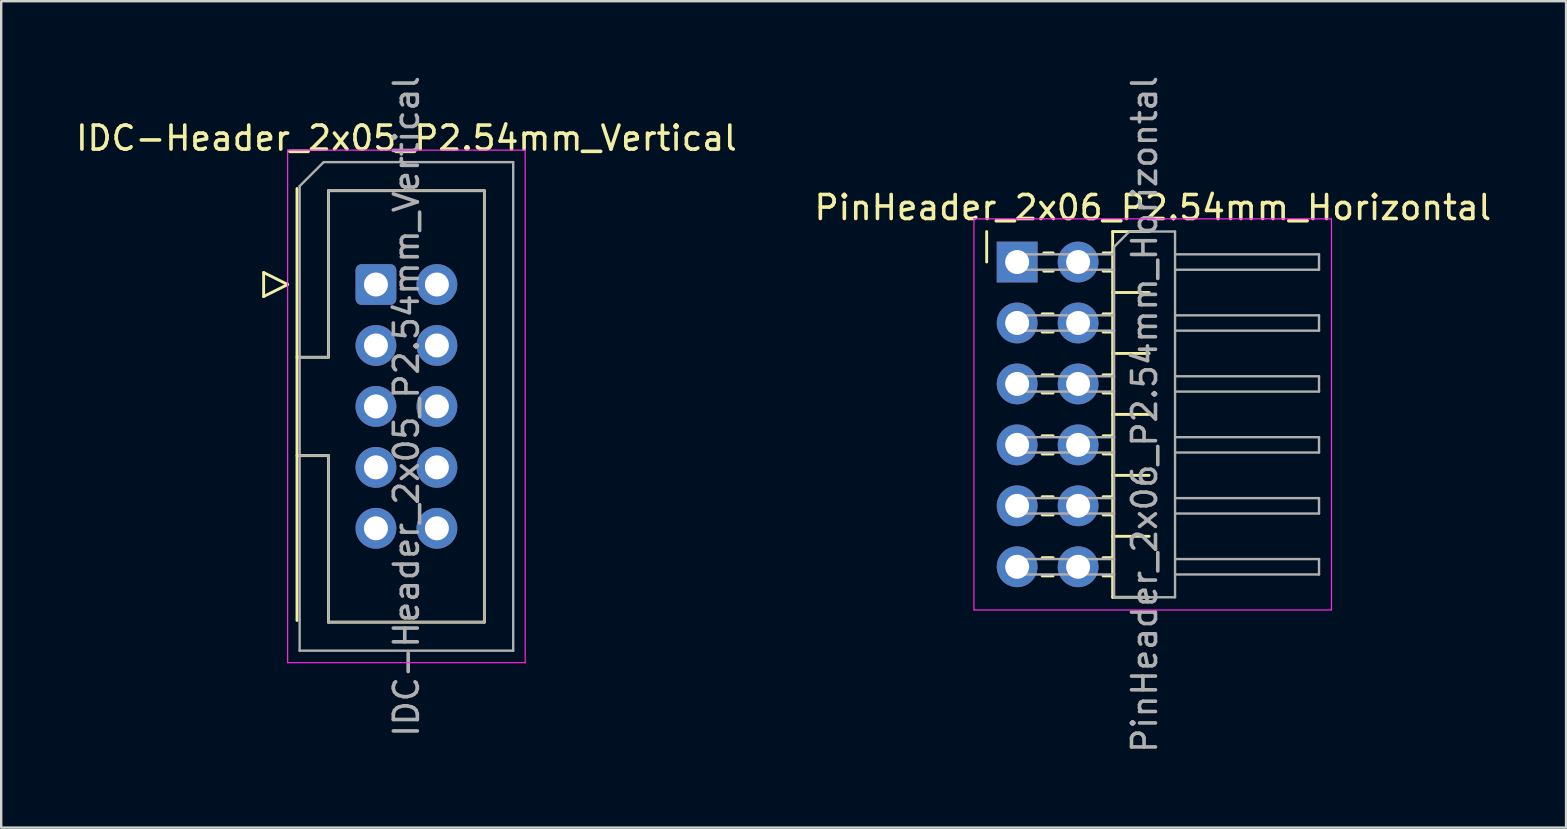
<source format=kicad_pcb>
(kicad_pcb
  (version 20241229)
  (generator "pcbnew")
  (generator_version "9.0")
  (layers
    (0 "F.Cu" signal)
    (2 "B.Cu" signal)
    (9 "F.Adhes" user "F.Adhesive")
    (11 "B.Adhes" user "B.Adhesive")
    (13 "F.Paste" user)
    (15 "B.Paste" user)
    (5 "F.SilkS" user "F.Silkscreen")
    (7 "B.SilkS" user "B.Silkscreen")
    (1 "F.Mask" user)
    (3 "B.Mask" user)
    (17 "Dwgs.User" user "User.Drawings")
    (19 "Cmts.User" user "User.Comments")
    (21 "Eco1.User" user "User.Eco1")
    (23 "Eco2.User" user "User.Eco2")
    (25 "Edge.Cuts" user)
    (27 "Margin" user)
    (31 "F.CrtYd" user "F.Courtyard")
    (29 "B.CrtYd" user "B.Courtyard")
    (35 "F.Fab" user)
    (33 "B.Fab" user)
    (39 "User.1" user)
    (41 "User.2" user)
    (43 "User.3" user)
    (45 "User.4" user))
  (footprint "IDC-Header_2x05_P2.54mm_Vertical"
    (layer "F.Cu")
    (at 12.617 8.807)
    (property "Reference" "IDC-Header_2x05_P2.54mm_Vertical" (at 1.27 -6.1 0) (layer "F.SilkS") (effects (font (size 1 1) (thickness 0.15))))
    (attr through_hole)
    (fp_line (start -4.68 -0.5) (end -4.68 0.5) (stroke (width 0.12) (type solid)) (layer "F.SilkS"))
    (fp_line (start -4.68 0.5) (end -3.68 0) (stroke (width 0.12) (type solid)) (layer "F.SilkS"))
    (fp_line (start -3.68 0) (end -4.68 -0.5) (stroke (width 0.12) (type solid)) (layer "F.SilkS"))
    (fp_line (start -3.29 3.03) (end -1.98 3.03) (stroke (width 0.12) (type solid)) (layer "F.SilkS"))
    (fp_line (start -3.29 14) (end -3.29 -4) (stroke (width 0.12) (type solid)) (layer "F.SilkS"))
    (fp_line (start -1.98 -3.91) (end 4.52 -3.91) (stroke (width 0.12) (type solid)) (layer "F.SilkS"))
    (fp_line (start -1.98 3.03) (end -1.98 -3.91) (stroke (width 0.12) (type solid)) (layer "F.SilkS"))
    (fp_line (start -1.98 7.13) (end -3.29 7.13) (stroke (width 0.12) (type solid)) (layer "F.SilkS"))
    (fp_line (start -1.98 7.13) (end -1.98 7.13) (stroke (width 0.12) (type solid)) (layer "F.SilkS"))
    (fp_line (start -1.98 14.07) (end -1.98 7.13) (stroke (width 0.12) (type solid)) (layer "F.SilkS"))
    (fp_line (start 4.52 -3.91) (end 4.52 14.07) (stroke (width 0.12) (type solid)) (layer "F.SilkS"))
    (fp_line (start 4.52 14.07) (end -1.98 14.07) (stroke (width 0.12) (type solid)) (layer "F.SilkS"))
    (fp_line (start -3.68 -5.6) (end -3.68 15.76) (stroke (width 0.05) (type solid)) (layer "F.CrtYd"))
    (fp_line (start -3.68 15.76) (end 6.22 15.76) (stroke (width 0.05) (type solid)) (layer "F.CrtYd"))
    (fp_line (start 6.22 -5.6) (end -3.68 -5.6) (stroke (width 0.05) (type solid)) (layer "F.CrtYd"))
    (fp_line (start 6.22 15.76) (end 6.22 -5.6) (stroke (width 0.05) (type solid)) (layer "F.CrtYd"))
    (fp_line (start -3.18 -4.1) (end -2.18 -5.1) (stroke (width 0.1) (type solid)) (layer "F.Fab"))
    (fp_line (start -3.18 3.03) (end -1.98 3.03) (stroke (width 0.1) (type solid)) (layer "F.Fab"))
    (fp_line (start -3.18 15.26) (end -3.18 -4.1) (stroke (width 0.1) (type solid)) (layer "F.Fab"))
    (fp_line (start -2.18 -5.1) (end 5.72 -5.1) (stroke (width 0.1) (type solid)) (layer "F.Fab"))
    (fp_line (start -1.98 -3.91) (end 4.52 -3.91) (stroke (width 0.1) (type solid)) (layer "F.Fab"))
    (fp_line (start -1.98 3.03) (end -1.98 -3.91) (stroke (width 0.1) (type solid)) (layer "F.Fab"))
    (fp_line (start -1.98 7.13) (end -3.18 7.13) (stroke (width 0.1) (type solid)) (layer "F.Fab"))
    (fp_line (start -1.98 7.13) (end -1.98 7.13) (stroke (width 0.1) (type solid)) (layer "F.Fab"))
    (fp_line (start -1.98 14.07) (end -1.98 7.13) (stroke (width 0.1) (type solid)) (layer "F.Fab"))
    (fp_line (start 4.52 -3.91) (end 4.52 14.07) (stroke (width 0.1) (type solid)) (layer "F.Fab"))
    (fp_line (start 4.52 14.07) (end -1.98 14.07) (stroke (width 0.1) (type solid)) (layer "F.Fab"))
    (fp_line (start 5.72 -5.1) (end 5.72 15.26) (stroke (width 0.1) (type solid)) (layer "F.Fab"))
    (fp_line (start 5.72 15.26) (end -3.18 15.26) (stroke (width 0.1) (type solid)) (layer "F.Fab"))
    (fp_text user "${REFERENCE}" (at 1.27 5.08 90) (layer "F.Fab") (effects (font (size 1 1) (thickness 0.15))))
    (pad "1" thru_hole roundrect (at 0 0) (size 1.7 1.7) (drill 1) (layers "*.Cu" "*.Mask") (roundrect_rratio 0.147))
    (pad "2" thru_hole circle (at 2.54 0) (size 1.7 1.7) (drill 1) (layers "*.Cu" "*.Mask"))
    (pad "3" thru_hole circle (at 0 2.54) (size 1.7 1.7) (drill 1) (layers "*.Cu" "*.Mask"))
    (pad "4" thru_hole circle (at 2.54 2.54) (size 1.7 1.7) (drill 1) (layers "*.Cu" "*.Mask"))
    (pad "5" thru_hole circle (at 0 5.08) (size 1.7 1.7) (drill 1) (layers "*.Cu" "*.Mask"))
    (pad "6" thru_hole circle (at 2.54 5.08) (size 1.7 1.7) (drill 1) (layers "*.Cu" "*.Mask"))
    (pad "7" thru_hole circle (at 0 7.62) (size 1.7 1.7) (drill 1) (layers "*.Cu" "*.Mask"))
    (pad "8" thru_hole circle (at 2.54 7.62) (size 1.7 1.7) (drill 1) (layers "*.Cu" "*.Mask"))
    (pad "9" thru_hole circle (at 0 10.16) (size 1.7 1.7) (drill 1) (layers "*.Cu" "*.Mask"))
    (pad "10" thru_hole circle (at 2.54 10.16) (size 1.7 1.7) (drill 1) (layers "*.Cu" "*.Mask")))
  (footprint "PinHeader_2x06_P2.54mm_Horizontal"
    (layer "F.Cu")
    (at 39.339 7.87)
    (property "Reference" "PinHeader_2x06_P2.54mm_Horizontal" (at 5.655 -2.27 0) (layer "F.SilkS") (effects (font (size 1 1) (thickness 0.15))))
    (attr through_hole)
    (fp_line (start -1.27 0) (end -1.27 -1.27) (stroke (width 0.12) (type solid)) (layer "F.SilkS"))
    (fp_line (start 1.043 2.16) (end 1.497 2.16) (stroke (width 0.12) (type solid)) (layer "F.SilkS"))
    (fp_line (start 1.043 2.92) (end 1.497 2.92) (stroke (width 0.12) (type solid)) (layer "F.SilkS"))
    (fp_line (start 1.043 4.7) (end 1.497 4.7) (stroke (width 0.12) (type solid)) (layer "F.SilkS"))
    (fp_line (start 1.043 5.46) (end 1.497 5.46) (stroke (width 0.12) (type solid)) (layer "F.SilkS"))
    (fp_line (start 1.043 7.24) (end 1.497 7.24) (stroke (width 0.12) (type solid)) (layer "F.SilkS"))
    (fp_line (start 1.043 8) (end 1.497 8) (stroke (width 0.12) (type solid)) (layer "F.SilkS"))
    (fp_line (start 1.043 9.78) (end 1.497 9.78) (stroke (width 0.12) (type solid)) (layer "F.SilkS"))
    (fp_line (start 1.043 10.54) (end 1.497 10.54) (stroke (width 0.12) (type solid)) (layer "F.SilkS"))
    (fp_line (start 1.043 12.32) (end 1.497 12.32) (stroke (width 0.12) (type solid)) (layer "F.SilkS"))
    (fp_line (start 1.043 13.08) (end 1.497 13.08) (stroke (width 0.12) (type solid)) (layer "F.SilkS"))
    (fp_line (start 1.11 -0.38) (end 1.497 -0.38) (stroke (width 0.12) (type solid)) (layer "F.SilkS"))
    (fp_line (start 1.11 0.38) (end 1.497 0.38) (stroke (width 0.12) (type solid)) (layer "F.SilkS"))
    (fp_line (start 3.583 -0.38) (end 3.98 -0.38) (stroke (width 0.12) (type solid)) (layer "F.SilkS"))
    (fp_line (start 3.583 0.38) (end 3.98 0.38) (stroke (width 0.12) (type solid)) (layer "F.SilkS"))
    (fp_line (start 3.583 2.16) (end 3.98 2.16) (stroke (width 0.12) (type solid)) (layer "F.SilkS"))
    (fp_line (start 3.583 2.92) (end 3.98 2.92) (stroke (width 0.12) (type solid)) (layer "F.SilkS"))
    (fp_line (start 3.583 4.7) (end 3.98 4.7) (stroke (width 0.12) (type solid)) (layer "F.SilkS"))
    (fp_line (start 3.583 5.46) (end 3.98 5.46) (stroke (width 0.12) (type solid)) (layer "F.SilkS"))
    (fp_line (start 3.583 7.24) (end 3.98 7.24) (stroke (width 0.12) (type solid)) (layer "F.SilkS"))
    (fp_line (start 3.583 8) (end 3.98 8) (stroke (width 0.12) (type solid)) (layer "F.SilkS"))
    (fp_line (start 3.583 9.78) (end 3.98 9.78) (stroke (width 0.12) (type solid)) (layer "F.SilkS"))
    (fp_line (start 3.583 10.54) (end 3.98 10.54) (stroke (width 0.12) (type solid)) (layer "F.SilkS"))
    (fp_line (start 3.583 12.32) (end 3.98 12.32) (stroke (width 0.12) (type solid)) (layer "F.SilkS"))
    (fp_line (start 3.583 13.08) (end 3.98 13.08) (stroke (width 0.12) (type solid)) (layer "F.SilkS"))
    (fp_line (start 3.98 -1.27) (end 3.98 13.97) (stroke (width 0.12) (type solid)) (layer "F.SilkS"))
    (fp_line (start 3.98 1.27) (end 5.5 1.27) (stroke (width 0.12) (type solid)) (layer "F.SilkS"))
    (fp_line (start 3.98 3.81) (end 5.5 3.81) (stroke (width 0.12) (type solid)) (layer "F.SilkS"))
    (fp_line (start 3.98 6.35) (end 5.5 6.35) (stroke (width 0.12) (type solid)) (layer "F.SilkS"))
    (fp_line (start 3.98 8.89) (end 5.5 8.89) (stroke (width 0.12) (type solid)) (layer "F.SilkS"))
    (fp_line (start 3.98 11.43) (end 5.5 11.43) (stroke (width 0.12) (type solid)) (layer "F.SilkS"))
    (fp_line (start 3.98 13.97) (end 5.5 13.97) (stroke (width 0.12) (type solid)) (layer "F.SilkS"))
    (fp_line (start 5.5 -1.27) (end 3.98 -1.27) (stroke (width 0.12) (type solid)) (layer "F.SilkS"))
    (fp_line (start -1.8 -1.8) (end -1.8 14.5) (stroke (width 0.05) (type solid)) (layer "F.CrtYd"))
    (fp_line (start -1.8 14.5) (end 13.1 14.5) (stroke (width 0.05) (type solid)) (layer "F.CrtYd"))
    (fp_line (start 13.1 -1.8) (end -1.8 -1.8) (stroke (width 0.05) (type solid)) (layer "F.CrtYd"))
    (fp_line (start 13.1 14.5) (end 13.1 -1.8) (stroke (width 0.05) (type solid)) (layer "F.CrtYd"))
    (fp_line (start -0.32 -0.32) (end -0.32 0.32) (stroke (width 0.1) (type solid)) (layer "F.Fab"))
    (fp_line (start -0.32 -0.32) (end 4.04 -0.32) (stroke (width 0.1) (type solid)) (layer "F.Fab"))
    (fp_line (start -0.32 0.32) (end 4.04 0.32) (stroke (width 0.1) (type solid)) (layer "F.Fab"))
    (fp_line (start -0.32 2.22) (end -0.32 2.86) (stroke (width 0.1) (type solid)) (layer "F.Fab"))
    (fp_line (start -0.32 2.22) (end 4.04 2.22) (stroke (width 0.1) (type solid)) (layer "F.Fab"))
    (fp_line (start -0.32 2.86) (end 4.04 2.86) (stroke (width 0.1) (type solid)) (layer "F.Fab"))
    (fp_line (start -0.32 4.76) (end -0.32 5.4) (stroke (width 0.1) (type solid)) (layer "F.Fab"))
    (fp_line (start -0.32 4.76) (end 4.04 4.76) (stroke (width 0.1) (type solid)) (layer "F.Fab"))
    (fp_line (start -0.32 5.4) (end 4.04 5.4) (stroke (width 0.1) (type solid)) (layer "F.Fab"))
    (fp_line (start -0.32 7.3) (end -0.32 7.94) (stroke (width 0.1) (type solid)) (layer "F.Fab"))
    (fp_line (start -0.32 7.3) (end 4.04 7.3) (stroke (width 0.1) (type solid)) (layer "F.Fab"))
    (fp_line (start -0.32 7.94) (end 4.04 7.94) (stroke (width 0.1) (type solid)) (layer "F.Fab"))
    (fp_line (start -0.32 9.84) (end -0.32 10.48) (stroke (width 0.1) (type solid)) (layer "F.Fab"))
    (fp_line (start -0.32 9.84) (end 4.04 9.84) (stroke (width 0.1) (type solid)) (layer "F.Fab"))
    (fp_line (start -0.32 10.48) (end 4.04 10.48) (stroke (width 0.1) (type solid)) (layer "F.Fab"))
    (fp_line (start -0.32 12.38) (end -0.32 13.02) (stroke (width 0.1) (type solid)) (layer "F.Fab"))
    (fp_line (start -0.32 12.38) (end 4.04 12.38) (stroke (width 0.1) (type solid)) (layer "F.Fab"))
    (fp_line (start -0.32 13.02) (end 4.04 13.02) (stroke (width 0.1) (type solid)) (layer "F.Fab"))
    (fp_line (start 4.04 -0.635) (end 4.675 -1.27) (stroke (width 0.1) (type solid)) (layer "F.Fab"))
    (fp_line (start 4.04 13.97) (end 4.04 -0.635) (stroke (width 0.1) (type solid)) (layer "F.Fab"))
    (fp_line (start 4.675 -1.27) (end 6.58 -1.27) (stroke (width 0.1) (type solid)) (layer "F.Fab"))
    (fp_line (start 6.58 -1.27) (end 6.58 13.97) (stroke (width 0.1) (type solid)) (layer "F.Fab"))
    (fp_line (start 6.58 -0.32) (end 12.58 -0.32) (stroke (width 0.1) (type solid)) (layer "F.Fab"))
    (fp_line (start 6.58 0.32) (end 12.58 0.32) (stroke (width 0.1) (type solid)) (layer "F.Fab"))
    (fp_line (start 6.58 2.22) (end 12.58 2.22) (stroke (width 0.1) (type solid)) (layer "F.Fab"))
    (fp_line (start 6.58 2.86) (end 12.58 2.86) (stroke (width 0.1) (type solid)) (layer "F.Fab"))
    (fp_line (start 6.58 4.76) (end 12.58 4.76) (stroke (width 0.1) (type solid)) (layer "F.Fab"))
    (fp_line (start 6.58 5.4) (end 12.58 5.4) (stroke (width 0.1) (type solid)) (layer "F.Fab"))
    (fp_line (start 6.58 7.3) (end 12.58 7.3) (stroke (width 0.1) (type solid)) (layer "F.Fab"))
    (fp_line (start 6.58 7.94) (end 12.58 7.94) (stroke (width 0.1) (type solid)) (layer "F.Fab"))
    (fp_line (start 6.58 9.84) (end 12.58 9.84) (stroke (width 0.1) (type solid)) (layer "F.Fab"))
    (fp_line (start 6.58 10.48) (end 12.58 10.48) (stroke (width 0.1) (type solid)) (layer "F.Fab"))
    (fp_line (start 6.58 12.38) (end 12.58 12.38) (stroke (width 0.1) (type solid)) (layer "F.Fab"))
    (fp_line (start 6.58 13.02) (end 12.58 13.02) (stroke (width 0.1) (type solid)) (layer "F.Fab"))
    (fp_line (start 6.58 13.97) (end 4.04 13.97) (stroke (width 0.1) (type solid)) (layer "F.Fab"))
    (fp_line (start 12.58 -0.32) (end 12.58 0.32) (stroke (width 0.1) (type solid)) (layer "F.Fab"))
    (fp_line (start 12.58 2.22) (end 12.58 2.86) (stroke (width 0.1) (type solid)) (layer "F.Fab"))
    (fp_line (start 12.58 4.76) (end 12.58 5.4) (stroke (width 0.1) (type solid)) (layer "F.Fab"))
    (fp_line (start 12.58 7.3) (end 12.58 7.94) (stroke (width 0.1) (type solid)) (layer "F.Fab"))
    (fp_line (start 12.58 9.84) (end 12.58 10.48) (stroke (width 0.1) (type solid)) (layer "F.Fab"))
    (fp_line (start 12.58 12.38) (end 12.58 13.02) (stroke (width 0.1) (type solid)) (layer "F.Fab"))
    (fp_text user "${REFERENCE}" (at 5.31 6.35 90) (layer "F.Fab") (effects (font (size 1 1) (thickness 0.15))))
    (pad "1" thru_hole rect (at 0 0) (size 1.7 1.7) (drill 1) (layers "*.Cu" "*.Mask"))
    (pad "2" thru_hole oval (at 2.54 0) (size 1.7 1.7) (drill 1) (layers "*.Cu" "*.Mask"))
    (pad "3" thru_hole oval (at 0 2.54) (size 1.7 1.7) (drill 1) (layers "*.Cu" "*.Mask"))
    (pad "4" thru_hole oval (at 2.54 2.54) (size 1.7 1.7) (drill 1) (layers "*.Cu" "*.Mask"))
    (pad "5" thru_hole oval (at 0 5.08) (size 1.7 1.7) (drill 1) (layers "*.Cu" "*.Mask"))
    (pad "6" thru_hole oval (at 2.54 5.08) (size 1.7 1.7) (drill 1) (layers "*.Cu" "*.Mask"))
    (pad "7" thru_hole oval (at 0 7.62) (size 1.7 1.7) (drill 1) (layers "*.Cu" "*.Mask"))
    (pad "8" thru_hole oval (at 2.54 7.62) (size 1.7 1.7) (drill 1) (layers "*.Cu" "*.Mask"))
    (pad "9" thru_hole oval (at 0 10.16) (size 1.7 1.7) (drill 1) (layers "*.Cu" "*.Mask"))
    (pad "10" thru_hole oval (at 2.54 10.16) (size 1.7 1.7) (drill 1) (layers "*.Cu" "*.Mask"))
    (pad "11" thru_hole oval (at 0 12.7) (size 1.7 1.7) (drill 1) (layers "*.Cu" "*.Mask"))
    (pad "12" thru_hole oval (at 2.54 12.7) (size 1.7 1.7) (drill 1) (layers "*.Cu" "*.Mask")))
  (gr_rect
    (start -3 -3)
    (end 62.214 31.44)
    (stroke (width 0.1) (type default))
    (fill no)
    (layer "Edge.Cuts")))
</source>
